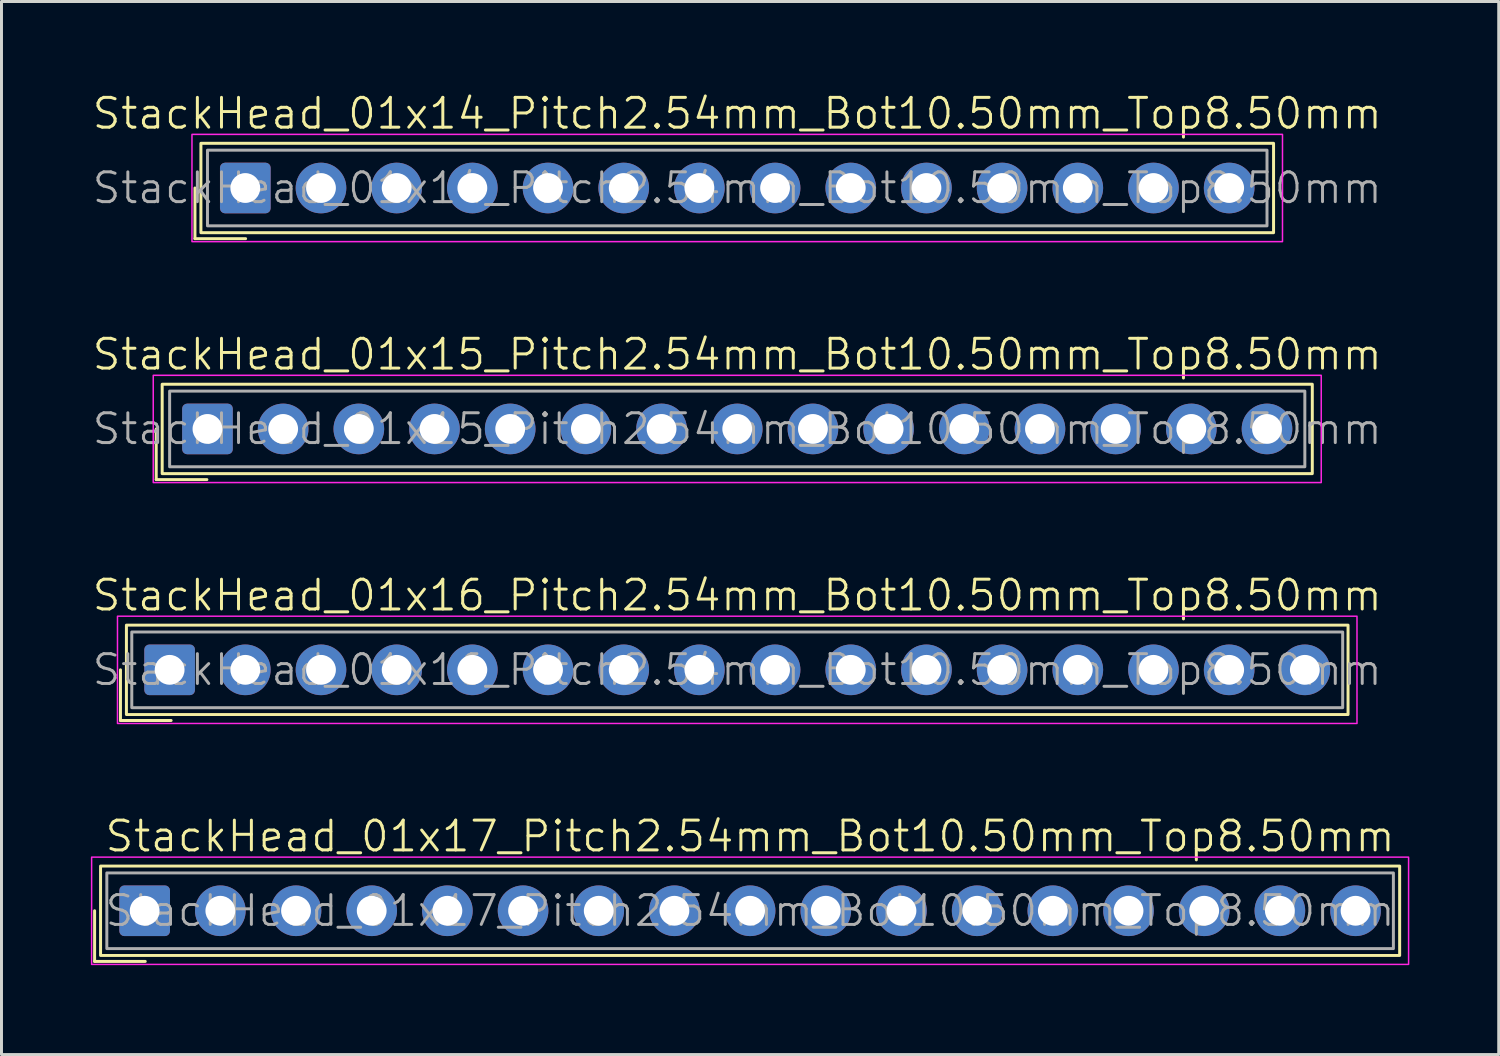
<source format=kicad_pcb>
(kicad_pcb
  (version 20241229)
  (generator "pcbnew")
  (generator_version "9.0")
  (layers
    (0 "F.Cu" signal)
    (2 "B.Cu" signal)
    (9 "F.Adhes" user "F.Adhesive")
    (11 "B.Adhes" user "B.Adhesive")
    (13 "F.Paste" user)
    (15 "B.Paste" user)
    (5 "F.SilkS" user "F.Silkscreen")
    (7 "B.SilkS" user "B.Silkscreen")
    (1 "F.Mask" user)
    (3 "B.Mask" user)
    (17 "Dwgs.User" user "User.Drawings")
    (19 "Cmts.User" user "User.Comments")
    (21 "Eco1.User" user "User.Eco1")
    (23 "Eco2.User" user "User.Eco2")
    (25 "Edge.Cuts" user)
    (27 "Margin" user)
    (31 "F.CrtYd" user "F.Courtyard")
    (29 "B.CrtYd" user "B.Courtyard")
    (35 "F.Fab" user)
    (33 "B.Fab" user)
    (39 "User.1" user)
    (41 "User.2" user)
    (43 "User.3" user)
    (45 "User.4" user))
  (footprint "StackHead_01x15_Pitch2.54mm_Bot10.50mm_Top8.50mm"
    (layer "F.Cu")
    (at 21.693 11.346)
    (property "Reference" "StackHead_01x15_Pitch2.54mm_Bot10.50mm_Top8.50mm" (at 0 -2.5 0) (unlocked yes) (layer "F.SilkS") (effects (font (size 1 1) (thickness 0.1))))
    (attr through_hole)
    (fp_line (start -19.5 0) (end -19.5 1.7) (stroke (width 0.1) (type default)) (layer "F.SilkS"))
    (fp_line (start -19.5 1.7) (end -17.8 1.7) (stroke (width 0.1) (type default)) (layer "F.SilkS"))
    (fp_rect (start -19.3 -1.5) (end 19.3 1.5) (stroke (width 0.1) (type default)) (fill no) (layer "F.SilkS"))
    (fp_rect (start -19.6 1.8) (end 19.6 -1.8) (stroke (width 0.05) (type default)) (fill no) (layer "F.CrtYd"))
    (fp_rect (start -19.05 -1.27) (end 19.05 1.27) (stroke (width 0.1) (type default)) (fill no) (layer "F.Fab"))
    (fp_text user "${REFERENCE}" (at 0 0 0) (unlocked yes) (layer "F.Fab") (effects (font (size 1 1) (thickness 0.1))))
    (pad "1" thru_hole roundrect (at -17.78 0) (size 1.7 1.7) (drill 1) (layers "*.Cu" "*.Mask") (roundrect_rratio 0.1))
    (pad "2" thru_hole circle (at -15.24 0) (size 1.7 1.7) (drill 1) (layers "*.Cu" "*.Mask"))
    (pad "3" thru_hole circle (at -12.7 0) (size 1.7 1.7) (drill 1) (layers "*.Cu" "*.Mask"))
    (pad "4" thru_hole circle (at -10.16 0) (size 1.7 1.7) (drill 1) (layers "*.Cu" "*.Mask"))
    (pad "5" thru_hole circle (at -7.62 0) (size 1.7 1.7) (drill 1) (layers "*.Cu" "*.Mask"))
    (pad "6" thru_hole circle (at -5.08 0) (size 1.7 1.7) (drill 1) (layers "*.Cu" "*.Mask"))
    (pad "7" thru_hole circle (at -2.54 0) (size 1.7 1.7) (drill 1) (layers "*.Cu" "*.Mask"))
    (pad "8" thru_hole circle (at 0 0) (size 1.7 1.7) (drill 1) (layers "*.Cu" "*.Mask"))
    (pad "9" thru_hole circle (at 2.54 0) (size 1.7 1.7) (drill 1) (layers "*.Cu" "*.Mask"))
    (pad "10" thru_hole circle (at 5.08 0) (size 1.7 1.7) (drill 1) (layers "*.Cu" "*.Mask"))
    (pad "11" thru_hole circle (at 7.62 0) (size 1.7 1.7) (drill 1) (layers "*.Cu" "*.Mask"))
    (pad "12" thru_hole circle (at 10.16 0) (size 1.7 1.7) (drill 1) (layers "*.Cu" "*.Mask"))
    (pad "13" thru_hole circle (at 12.7 0) (size 1.7 1.7) (drill 1) (layers "*.Cu" "*.Mask"))
    (pad "14" thru_hole circle (at 15.24 0) (size 1.7 1.7) (drill 1) (layers "*.Cu" "*.Mask"))
    (pad "15" thru_hole circle (at 17.78 0) (size 1.7 1.7) (drill 1) (layers "*.Cu" "*.Mask")))
  (footprint "StackHead_01x17_Pitch2.54mm_Bot10.50mm_Top8.50mm"
    (layer "F.Cu")
    (at 22.125 27.517)
    (property "Reference" "StackHead_01x17_Pitch2.54mm_Bot10.50mm_Top8.50mm" (at 0 -2.5 0) (unlocked yes) (layer "F.SilkS") (effects (font (size 1 1) (thickness 0.1))))
    (attr through_hole)
    (fp_line (start -22 0) (end -22 1.7) (stroke (width 0.1) (type default)) (layer "F.SilkS"))
    (fp_line (start -22 1.7) (end -20.3 1.7) (stroke (width 0.1) (type default)) (layer "F.SilkS"))
    (fp_rect (start -21.8 -1.5) (end 21.8 1.5) (stroke (width 0.1) (type default)) (fill no) (layer "F.SilkS"))
    (fp_rect (start -22.1 1.8) (end 22.1 -1.8) (stroke (width 0.05) (type default)) (fill no) (layer "F.CrtYd"))
    (fp_rect (start -21.59 -1.27) (end 21.59 1.27) (stroke (width 0.1) (type default)) (fill no) (layer "F.Fab"))
    (fp_text user "${REFERENCE}" (at 0 0 0) (unlocked yes) (layer "F.Fab") (effects (font (size 1 1) (thickness 0.1))))
    (pad "1" thru_hole roundrect (at -20.32 0) (size 1.7 1.7) (drill 1) (layers "*.Cu" "*.Mask") (roundrect_rratio 0.1))
    (pad "2" thru_hole circle (at -17.78 0) (size 1.7 1.7) (drill 1) (layers "*.Cu" "*.Mask"))
    (pad "3" thru_hole circle (at -15.24 0) (size 1.7 1.7) (drill 1) (layers "*.Cu" "*.Mask"))
    (pad "4" thru_hole circle (at -12.7 0) (size 1.7 1.7) (drill 1) (layers "*.Cu" "*.Mask"))
    (pad "5" thru_hole circle (at -10.16 0) (size 1.7 1.7) (drill 1) (layers "*.Cu" "*.Mask"))
    (pad "6" thru_hole circle (at -7.62 0) (size 1.7 1.7) (drill 1) (layers "*.Cu" "*.Mask"))
    (pad "7" thru_hole circle (at -5.08 0) (size 1.7 1.7) (drill 1) (layers "*.Cu" "*.Mask"))
    (pad "8" thru_hole circle (at -2.54 0) (size 1.7 1.7) (drill 1) (layers "*.Cu" "*.Mask"))
    (pad "9" thru_hole circle (at 0 0) (size 1.7 1.7) (drill 1) (layers "*.Cu" "*.Mask"))
    (pad "10" thru_hole circle (at 2.54 0) (size 1.7 1.7) (drill 1) (layers "*.Cu" "*.Mask"))
    (pad "11" thru_hole circle (at 5.08 0) (size 1.7 1.7) (drill 1) (layers "*.Cu" "*.Mask"))
    (pad "12" thru_hole circle (at 7.62 0) (size 1.7 1.7) (drill 1) (layers "*.Cu" "*.Mask"))
    (pad "13" thru_hole circle (at 10.16 0) (size 1.7 1.7) (drill 1) (layers "*.Cu" "*.Mask"))
    (pad "14" thru_hole circle (at 12.7 0) (size 1.7 1.7) (drill 1) (layers "*.Cu" "*.Mask"))
    (pad "15" thru_hole circle (at 15.24 0) (size 1.7 1.7) (drill 1) (layers "*.Cu" "*.Mask"))
    (pad "16" thru_hole circle (at 17.78 0) (size 1.7 1.7) (drill 1) (layers "*.Cu" "*.Mask"))
    (pad "17" thru_hole circle (at 20.32 0) (size 1.7 1.7) (drill 1) (layers "*.Cu" "*.Mask")))
  (footprint "StackHead_01x14_Pitch2.54mm_Bot10.50mm_Top8.50mm"
    (layer "F.Cu")
    (at 21.693 3.26)
    (property "Reference" "StackHead_01x14_Pitch2.54mm_Bot10.50mm_Top8.50mm" (at 0 -2.5 0) (unlocked yes) (layer "F.SilkS") (effects (font (size 1 1) (thickness 0.1))))
    (attr through_hole)
    (fp_line (start -18.2 0) (end -18.2 1.7) (stroke (width 0.1) (type default)) (layer "F.SilkS"))
    (fp_line (start -18.2 1.7) (end -16.5 1.7) (stroke (width 0.1) (type default)) (layer "F.SilkS"))
    (fp_rect (start -18 -1.5) (end 18 1.5) (stroke (width 0.1) (type default)) (fill no) (layer "F.SilkS"))
    (fp_rect (start -18.3 1.8) (end 18.3 -1.8) (stroke (width 0.05) (type default)) (fill no) (layer "F.CrtYd"))
    (fp_rect (start -17.78 -1.27) (end 17.78 1.27) (stroke (width 0.1) (type default)) (fill no) (layer "F.Fab"))
    (fp_text user "${REFERENCE}" (at 0 0 0) (unlocked yes) (layer "F.Fab") (effects (font (size 1 1) (thickness 0.1))))
    (pad "1" thru_hole roundrect (at -16.51 0) (size 1.7 1.7) (drill 1) (layers "*.Cu" "*.Mask") (roundrect_rratio 0.1))
    (pad "2" thru_hole circle (at -13.97 0) (size 1.7 1.7) (drill 1) (layers "*.Cu" "*.Mask"))
    (pad "3" thru_hole circle (at -11.43 0) (size 1.7 1.7) (drill 1) (layers "*.Cu" "*.Mask"))
    (pad "4" thru_hole circle (at -8.89 0) (size 1.7 1.7) (drill 1) (layers "*.Cu" "*.Mask"))
    (pad "5" thru_hole circle (at -6.35 0) (size 1.7 1.7) (drill 1) (layers "*.Cu" "*.Mask"))
    (pad "6" thru_hole circle (at -3.81 0) (size 1.7 1.7) (drill 1) (layers "*.Cu" "*.Mask"))
    (pad "7" thru_hole circle (at -1.27 0) (size 1.7 1.7) (drill 1) (layers "*.Cu" "*.Mask"))
    (pad "8" thru_hole circle (at 1.27 0) (size 1.7 1.7) (drill 1) (layers "*.Cu" "*.Mask"))
    (pad "9" thru_hole circle (at 3.81 0) (size 1.7 1.7) (drill 1) (layers "*.Cu" "*.Mask"))
    (pad "10" thru_hole circle (at 6.35 0) (size 1.7 1.7) (drill 1) (layers "*.Cu" "*.Mask"))
    (pad "11" thru_hole circle (at 8.89 0) (size 1.7 1.7) (drill 1) (layers "*.Cu" "*.Mask"))
    (pad "12" thru_hole circle (at 11.43 0) (size 1.7 1.7) (drill 1) (layers "*.Cu" "*.Mask"))
    (pad "13" thru_hole circle (at 13.97 0) (size 1.7 1.7) (drill 1) (layers "*.Cu" "*.Mask"))
    (pad "14" thru_hole circle (at 16.51 0) (size 1.7 1.7) (drill 1) (layers "*.Cu" "*.Mask")))
  (footprint "StackHead_01x16_Pitch2.54mm_Bot10.50mm_Top8.50mm"
    (layer "F.Cu")
    (at 21.693 19.431)
    (property "Reference" "StackHead_01x16_Pitch2.54mm_Bot10.50mm_Top8.50mm" (at 0 -2.5 0) (unlocked yes) (layer "F.SilkS") (effects (font (size 1 1) (thickness 0.1))))
    (attr through_hole)
    (fp_line (start -20.7 0) (end -20.7 1.7) (stroke (width 0.1) (type default)) (layer "F.SilkS"))
    (fp_line (start -20.7 1.7) (end -19 1.7) (stroke (width 0.1) (type default)) (layer "F.SilkS"))
    (fp_rect (start -20.5 -1.5) (end 20.5 1.5) (stroke (width 0.1) (type default)) (fill no) (layer "F.SilkS"))
    (fp_rect (start -20.8 1.8) (end 20.8 -1.8) (stroke (width 0.05) (type default)) (fill no) (layer "F.CrtYd"))
    (fp_rect (start -20.32 -1.27) (end 20.32 1.27) (stroke (width 0.1) (type default)) (fill no) (layer "F.Fab"))
    (fp_text user "${REFERENCE}" (at 0 0 0) (unlocked yes) (layer "F.Fab") (effects (font (size 1 1) (thickness 0.1))))
    (pad "1" thru_hole roundrect (at -19.05 0) (size 1.7 1.7) (drill 1) (layers "*.Cu" "*.Mask") (roundrect_rratio 0.1))
    (pad "2" thru_hole circle (at -16.51 0) (size 1.7 1.7) (drill 1) (layers "*.Cu" "*.Mask"))
    (pad "3" thru_hole circle (at -13.97 0) (size 1.7 1.7) (drill 1) (layers "*.Cu" "*.Mask"))
    (pad "4" thru_hole circle (at -11.43 0) (size 1.7 1.7) (drill 1) (layers "*.Cu" "*.Mask"))
    (pad "5" thru_hole circle (at -8.89 0) (size 1.7 1.7) (drill 1) (layers "*.Cu" "*.Mask"))
    (pad "6" thru_hole circle (at -6.35 0) (size 1.7 1.7) (drill 1) (layers "*.Cu" "*.Mask"))
    (pad "7" thru_hole circle (at -3.81 0) (size 1.7 1.7) (drill 1) (layers "*.Cu" "*.Mask"))
    (pad "8" thru_hole circle (at -1.27 0) (size 1.7 1.7) (drill 1) (layers "*.Cu" "*.Mask"))
    (pad "9" thru_hole circle (at 1.27 0) (size 1.7 1.7) (drill 1) (layers "*.Cu" "*.Mask"))
    (pad "10" thru_hole circle (at 3.81 0) (size 1.7 1.7) (drill 1) (layers "*.Cu" "*.Mask"))
    (pad "11" thru_hole circle (at 6.35 0) (size 1.7 1.7) (drill 1) (layers "*.Cu" "*.Mask"))
    (pad "12" thru_hole circle (at 8.89 0) (size 1.7 1.7) (drill 1) (layers "*.Cu" "*.Mask"))
    (pad "13" thru_hole circle (at 11.43 0) (size 1.7 1.7) (drill 1) (layers "*.Cu" "*.Mask"))
    (pad "14" thru_hole circle (at 13.97 0) (size 1.7 1.7) (drill 1) (layers "*.Cu" "*.Mask"))
    (pad "15" thru_hole circle (at 16.51 0) (size 1.7 1.7) (drill 1) (layers "*.Cu" "*.Mask"))
    (pad "16" thru_hole circle (at 19.05 0) (size 1.7 1.7) (drill 1) (layers "*.Cu" "*.Mask")))
  (gr_rect
    (start -3 -3)
    (end 47.25 32.342)
    (stroke (width 0.1) (type default))
    (fill no)
    (layer "Edge.Cuts")))
</source>
